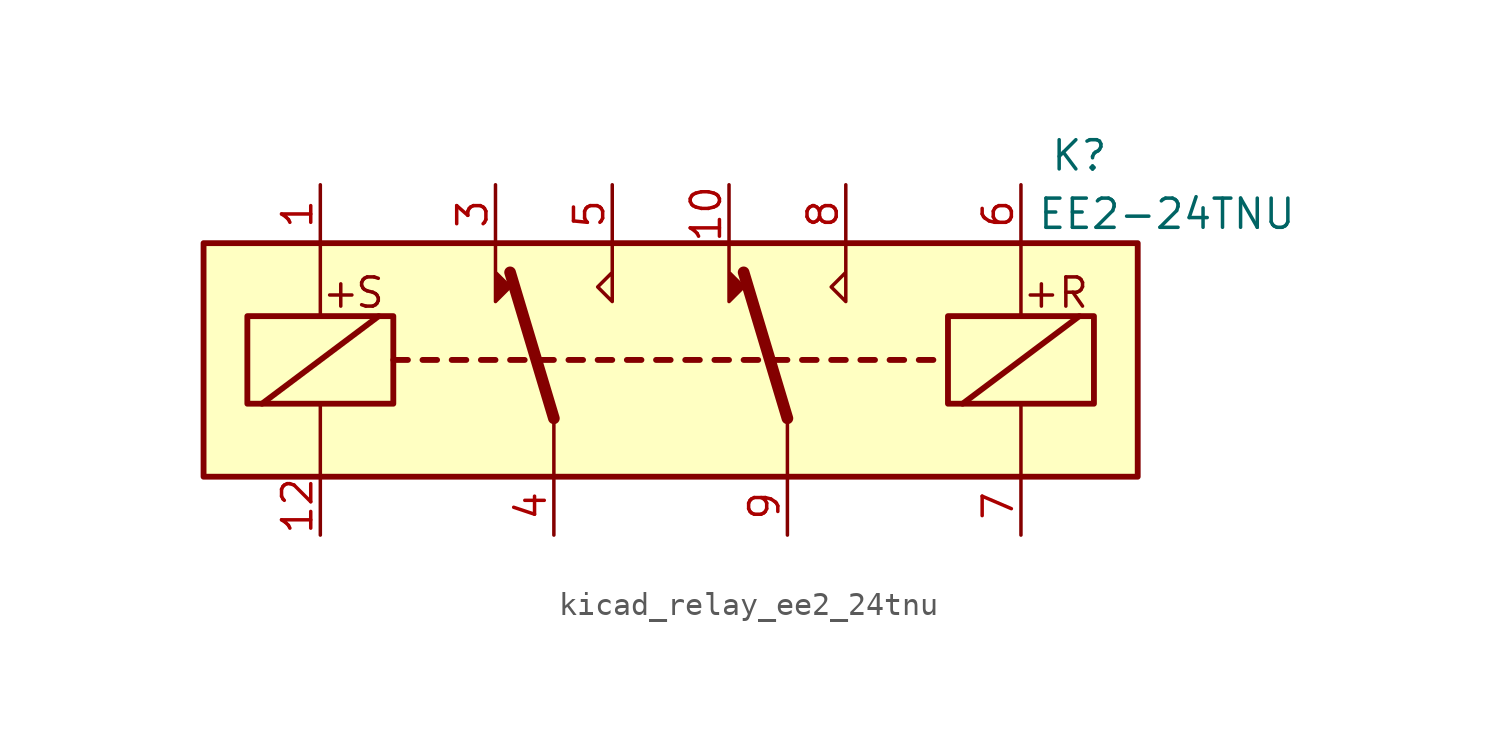
<source format=kicad_sym>
(kicad_symbol_lib
  (version 20220914)
  (generator kicad_symbol_editor)
  (symbol "kicad_relay_ee2_24tnu"
    (property "Reference" "K"
      (at 17.78 8.89 0)
      (effects (font (size 1.27 1.27))))
    (property "Value" "EE2-24TNU"
      (at 21.59 6.35 0)
      (effects (font (size 1.27 1.27))))
    (symbol "kicad_relay_ee2_24tnu_1_1"
      (rectangle (start -20.32 5.08) (end 20.32 -5.08) (stroke (width 0.254) (type default)) (fill (type background)))
      (rectangle (start -18.415 1.905) (end -12.065 -1.905) (stroke (width 0.254) (type default)) (fill (type none)))
      (polyline (pts (xy -17.78 -1.905) (xy -12.7 1.905)) (stroke (width 0.254) (type default)) (fill (type none)))
      (polyline (pts (xy -15.24 -5.08) (xy -15.24 -1.905)) (stroke (width 0) (type default)) (fill (type none)))
      (polyline (pts (xy -15.24 5.08) (xy -15.24 1.905)) (stroke (width 0) (type default)) (fill (type none)))
      (polyline (pts (xy -12.065 0) (xy -11.43 0)) (stroke (width 0.254) (type default)) (fill (type none)))
      (polyline (pts (xy -10.795 0) (xy -10.16 0)) (stroke (width 0.254) (type default)) (fill (type none)))
      (polyline (pts (xy -9.525 0) (xy -8.89 0)) (stroke (width 0.254) (type default)) (fill (type none)))
      (polyline (pts (xy -8.255 0) (xy -7.62 0)) (stroke (width 0.254) (type default)) (fill (type none)))
      (polyline (pts (xy -6.985 0) (xy -6.35 0)) (stroke (width 0.254) (type default)) (fill (type none)))
      (polyline (pts (xy -5.715 0) (xy -5.08 0)) (stroke (width 0.254) (type default)) (fill (type none)))
      (polyline (pts (xy -5.08 -2.54) (xy -6.985 3.81)) (stroke (width 0.508) (type default)) (fill (type none)))
      (polyline (pts (xy -5.08 -2.54) (xy -5.08 -5.08)) (stroke (width 0) (type default)) (fill (type none)))
      (polyline (pts (xy -4.445 0) (xy -3.81 0)) (stroke (width 0.254) (type default)) (fill (type none)))
      (polyline (pts (xy -3.175 0) (xy -2.54 0)) (stroke (width 0.254) (type default)) (fill (type none)))
      (polyline (pts (xy -1.905 0) (xy -1.27 0)) (stroke (width 0.254) (type default)) (fill (type none)))
      (polyline (pts (xy -0.635 0) (xy 0 0)) (stroke (width 0.254) (type default)) (fill (type none)))
      (polyline (pts (xy 0.635 0) (xy 1.27 0)) (stroke (width 0.254) (type default)) (fill (type none)))
      (polyline (pts (xy 1.905 0) (xy 2.54 0)) (stroke (width 0.254) (type default)) (fill (type none)))
      (polyline (pts (xy 3.175 0) (xy 3.81 0)) (stroke (width 0.254) (type default)) (fill (type none)))
      (polyline (pts (xy 4.445 0) (xy 5.08 0)) (stroke (width 0.254) (type default)) (fill (type none)))
      (polyline (pts (xy 5.08 -2.54) (xy 3.175 3.81)) (stroke (width 0.508) (type default)) (fill (type none)))
      (polyline (pts (xy 5.08 -2.54) (xy 5.08 -5.08)) (stroke (width 0) (type default)) (fill (type none)))
      (polyline (pts (xy 5.715 0) (xy 6.35 0)) (stroke (width 0.254) (type default)) (fill (type none)))
      (polyline (pts (xy 6.985 0) (xy 7.62 0)) (stroke (width 0.254) (type default)) (fill (type none)))
      (polyline (pts (xy 8.255 0) (xy 8.89 0)) (stroke (width 0.254) (type default)) (fill (type none)))
      (polyline (pts (xy 9.525 0) (xy 10.16 0)) (stroke (width 0.254) (type default)) (fill (type none)))
      (polyline (pts (xy 10.795 0) (xy 11.43 0)) (stroke (width 0.254) (type default)) (fill (type none)))
      (polyline (pts (xy 12.7 -1.905) (xy 17.78 1.905)) (stroke (width 0.254) (type default)) (fill (type none)))
      (polyline (pts (xy 15.24 -5.08) (xy 15.24 -1.905)) (stroke (width 0) (type default)) (fill (type none)))
      (polyline (pts (xy 15.24 5.08) (xy 15.24 1.905)) (stroke (width 0) (type default)) (fill (type none)))
      (polyline (pts (xy -7.62 5.08) (xy -7.62 2.54) (xy -6.985 3.175) (xy -7.62 3.81)) (stroke (width 0) (type default)) (fill (type outline)))
      (polyline (pts (xy -2.54 5.08) (xy -2.54 2.54) (xy -3.175 3.175) (xy -2.54 3.81)) (stroke (width 0) (type default)) (fill (type none)))
      (polyline (pts (xy 2.54 5.08) (xy 2.54 2.54) (xy 3.175 3.175) (xy 2.54 3.81)) (stroke (width 0) (type default)) (fill (type outline)))
      (polyline (pts (xy 7.62 5.08) (xy 7.62 2.54) (xy 6.985 3.175) (xy 7.62 3.81)) (stroke (width 0) (type default)) (fill (type none)))
      (rectangle (start 12.065 1.905) (end 18.415 -1.905) (stroke (width 0.254) (type default)) (fill (type none)))
      (text "+" (at -14.351 2.921 0) (effects (font (size 1.27 1.27))))
      (text "+" (at 16.129 2.921 0) (effects (font (size 1.27 1.27))))
      (text "R" (at 17.526 2.921 0) (effects (font (size 1.27 1.27))))
      (text "S" (at -13.081 2.921 0) (effects (font (size 1.27 1.27))))
      (pin passive line (at -15.24 7.62 270) (length 2.54) (name "~" (effects (font (size 1.27 1.27)))) (number "1" (effects (font (size 1.27 1.27)))))
      (pin passive line (at 2.54 7.62 270) (length 2.54) (name "~" (effects (font (size 1.27 1.27)))) (number "10" (effects (font (size 1.27 1.27)))))
      (pin passive line (at -15.24 -7.62 90) (length 2.54) (name "~" (effects (font (size 1.27 1.27)))) (number "12" (effects (font (size 1.27 1.27)))))
      (pin passive line (at -7.62 7.62 270) (length 2.54) (name "~" (effects (font (size 1.27 1.27)))) (number "3" (effects (font (size 1.27 1.27)))))
      (pin passive line (at -5.08 -7.62 90) (length 2.54) (name "~" (effects (font (size 1.27 1.27)))) (number "4" (effects (font (size 1.27 1.27)))))
      (pin passive line (at -2.54 7.62 270) (length 2.54) (name "~" (effects (font (size 1.27 1.27)))) (number "5" (effects (font (size 1.27 1.27)))))
      (pin passive line (at 15.24 7.62 270) (length 2.54) (name "~" (effects (font (size 1.27 1.27)))) (number "6" (effects (font (size 1.27 1.27)))))
      (pin passive line (at 15.24 -7.62 90) (length 2.54) (name "~" (effects (font (size 1.27 1.27)))) (number "7" (effects (font (size 1.27 1.27)))))
      (pin passive line (at 7.62 7.62 270) (length 2.54) (name "~" (effects (font (size 1.27 1.27)))) (number "8" (effects (font (size 1.27 1.27)))))
      (pin passive line (at 5.08 -7.62 90) (length 2.54) (name "~" (effects (font (size 1.27 1.27)))) (number "9" (effects (font (size 1.27 1.27))))))))
</source>
